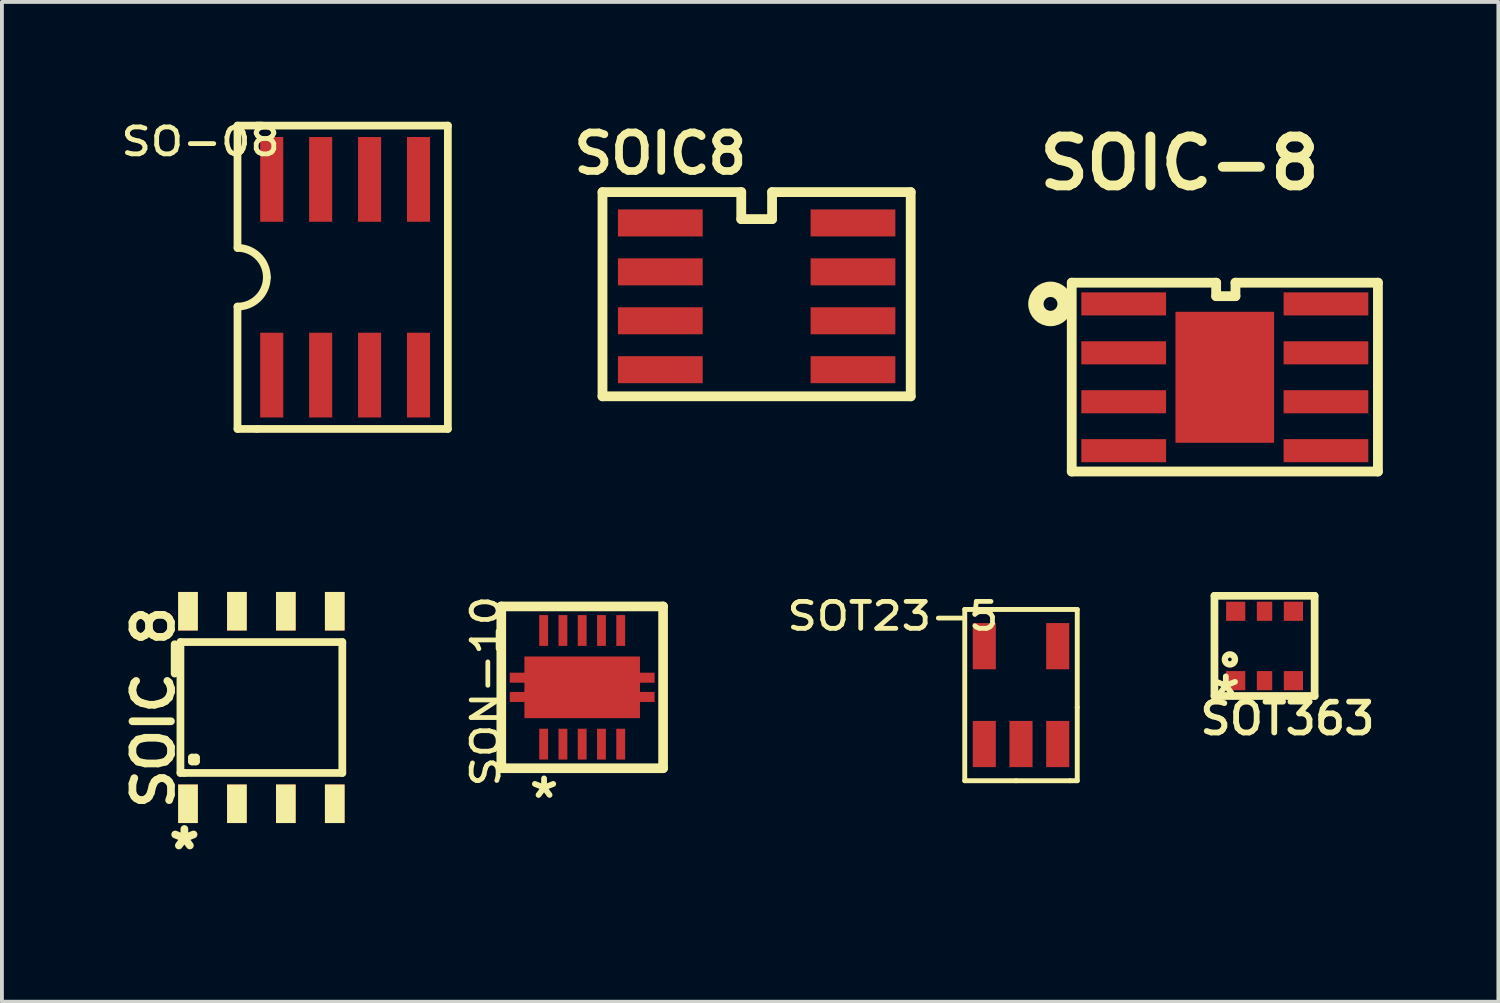
<source format=kicad_pcb>
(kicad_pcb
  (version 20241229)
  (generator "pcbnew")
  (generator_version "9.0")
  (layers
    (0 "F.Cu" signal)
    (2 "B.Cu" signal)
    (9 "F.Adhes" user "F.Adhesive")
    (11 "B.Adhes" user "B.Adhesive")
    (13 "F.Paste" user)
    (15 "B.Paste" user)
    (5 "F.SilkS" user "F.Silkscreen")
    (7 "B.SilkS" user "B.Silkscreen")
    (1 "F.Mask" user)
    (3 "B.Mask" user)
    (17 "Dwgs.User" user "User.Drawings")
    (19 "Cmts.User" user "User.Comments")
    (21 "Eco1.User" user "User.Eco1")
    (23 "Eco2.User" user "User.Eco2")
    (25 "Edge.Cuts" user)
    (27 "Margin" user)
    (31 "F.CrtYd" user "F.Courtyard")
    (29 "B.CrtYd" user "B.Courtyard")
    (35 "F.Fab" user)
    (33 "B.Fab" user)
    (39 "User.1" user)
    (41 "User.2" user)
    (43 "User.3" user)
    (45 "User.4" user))
  (footprint "SOIC_8"
    (layer "F.Cu")
    (at 3.735 15.316)
    (property "Reference" "SOIC_8" (at -2.799 0 90) (layer "F.SilkS") (effects (font (size 1 1) (thickness 0.2))))
    (attr smd)
    (fp_line (start -2.101 -1.699) (end 2.101 -1.699) (stroke (width 0.201) (type solid)) (layer "F.SilkS"))
    (fp_line (start -2.101 1.699) (end -2.101 -1.699) (stroke (width 0.201) (type solid)) (layer "F.SilkS"))
    (fp_line (start -1.999 1.699) (end -2.101 1.699) (stroke (width 0.201) (type solid)) (layer "F.SilkS"))
    (fp_line (start -1.801 1.3) (end -1.699 1.3) (stroke (width 0.201) (type solid)) (layer "F.SilkS"))
    (fp_line (start -1.801 1.4) (end -1.801 1.3) (stroke (width 0.201) (type solid)) (layer "F.SilkS"))
    (fp_line (start -1.801 1.4) (end -1.699 1.4) (stroke (width 0.201) (type solid)) (layer "F.SilkS"))
    (fp_line (start -1.699 1.3) (end -1.699 1.4) (stroke (width 0.201) (type solid)) (layer "F.SilkS"))
    (fp_line (start 2.101 -1.699) (end 2.101 1.699) (stroke (width 0.201) (type solid)) (layer "F.SilkS"))
    (fp_line (start 2.101 1.699) (end -1.999 1.699) (stroke (width 0.201) (type solid)) (layer "F.SilkS"))
    (fp_text user "*" (at -1.999 3.701 0) (layer "F.SilkS") (effects (font (size 1 1) (thickness 0.2))))
    (pad "1" smd rect (at -1.905 2.499) (size 0.511 1.001) (layers "F.Cu" "F.Mask" "F.SilkS" "F.Paste"))
    (pad "2" smd rect (at -0.635 2.499) (size 0.511 1.001) (layers "F.Cu" "F.Mask" "F.SilkS" "F.Paste"))
    (pad "3" smd rect (at 0.635 2.499) (size 0.511 1.001) (layers "F.Cu" "F.Mask" "F.SilkS" "F.Paste"))
    (pad "4" smd rect (at 1.905 2.499) (size 0.511 1.001) (layers "F.Cu" "F.Mask" "F.SilkS" "F.Paste"))
    (pad "5" smd rect (at 1.905 -2.499) (size 0.511 1.001) (layers "F.Cu" "F.Mask" "F.SilkS" "F.Paste"))
    (pad "6" smd rect (at 0.635 -2.499) (size 0.511 1.001) (layers "F.Cu" "F.Mask" "F.SilkS" "F.Paste"))
    (pad "7" smd rect (at -0.635 -2.499) (size 0.511 1.001) (layers "F.Cu" "F.Mask" "F.SilkS" "F.Paste"))
    (pad "8" smd rect (at -1.905 -2.499) (size 0.511 1.001) (layers "F.Cu" "F.Mask" "F.SilkS" "F.Paste")))
  (footprint "SOT23-5"
    (layer "F.Cu")
    (at 23.454 14.994)
    (property "Reference" "SOT23-5" (at -3.325 -2.05 0) (layer "F.SilkS") (effects (font (size 0.699 0.798) (thickness 0.124))))
    (attr smd)
    (fp_line (start -1.46 -2.223) (end -1.46 2.223) (stroke (width 0.127) (type solid)) (layer "F.SilkS"))
    (fp_line (start -1.46 2.223) (end -0.127 2.223) (stroke (width 0.127) (type solid)) (layer "F.SilkS"))
    (fp_line (start -0.127 2.223) (end 1.27 2.223) (stroke (width 0.127) (type solid)) (layer "F.SilkS"))
    (fp_line (start 1.27 2.223) (end 1.46 2.223) (stroke (width 0.127) (type solid)) (layer "F.SilkS"))
    (fp_line (start 1.46 -2.223) (end -1.46 -2.223) (stroke (width 0.127) (type solid)) (layer "F.SilkS"))
    (fp_line (start 1.46 0.318) (end 1.46 -2.223) (stroke (width 0.127) (type solid)) (layer "F.SilkS"))
    (fp_line (start 1.46 2.223) (end 1.46 0.318) (stroke (width 0.127) (type solid)) (layer "F.SilkS"))
    (pad "1" smd rect (at -0.953 1.27) (size 0.599 1.199) (layers "F.Cu" "F.Mask" "F.Paste"))
    (pad "2" smd rect (at 0 1.27) (size 0.599 1.199) (layers "F.Cu" "F.Mask" "F.Paste"))
    (pad "3" smd rect (at 0.953 1.27) (size 0.599 1.199) (layers "F.Cu" "F.Mask" "F.Paste"))
    (pad "4" smd rect (at 0.953 -1.27) (size 0.599 1.199) (layers "F.Cu" "F.Mask" "F.Paste"))
    (pad "5" smd rect (at -0.953 -1.27) (size 0.599 1.199) (layers "F.Cu" "F.Mask" "F.Paste")))
  (footprint "SON-10"
    (layer "F.Cu")
    (at 12.163 14.892)
    (property "Reference" "SON-10" (at -2.6 0 90) (layer "F.SilkS") (effects (font (size 0.699 0.798) (thickness 0.124))))
    (attr smd)
    (fp_line (start -2.2 -2.2) (end -2.2 2) (stroke (width 0.25) (type solid)) (layer "F.SilkS"))
    (fp_line (start -2.2 -2.2) (end 2 -2.2) (stroke (width 0.25) (type solid)) (layer "F.SilkS"))
    (fp_line (start 2 2) (end -2.2 2) (stroke (width 0.25) (type solid)) (layer "F.SilkS"))
    (fp_line (start 2 2) (end 2 -2.2) (stroke (width 0.25) (type solid)) (layer "F.SilkS"))
    (fp_text user "*" (at -1.09 2.81 180) (layer "F.SilkS") (effects (font (size 1 1) (thickness 0.15))))
    (pad "1" smd rect (at -1.1 1.375) (size 0.23 0.8) (layers "F.Cu" "F.Mask" "F.Paste"))
    (pad "2" smd rect (at -0.6 1.375) (size 0.23 0.8) (layers "F.Cu" "F.Mask" "F.Paste"))
    (pad "3" smd rect (at -0.1 1.375) (size 0.23 0.8) (layers "F.Cu" "F.Mask" "F.Paste"))
    (pad "4" smd rect (at 0.4 1.375) (size 0.23 0.8) (layers "F.Cu" "F.Mask" "F.Paste"))
    (pad "5" smd rect (at 0.9 1.375) (size 0.23 0.8) (layers "F.Cu" "F.Mask" "F.Paste"))
    (pad "6" smd rect (at 0.9 -1.575) (size 0.23 0.8) (layers "F.Cu" "F.Mask" "F.Paste"))
    (pad "7" smd rect (at 0.4 -1.575) (size 0.23 0.8) (layers "F.Cu" "F.Mask" "F.Paste"))
    (pad "8" smd rect (at -0.1 -1.575) (size 0.23 0.8) (layers "F.Cu" "F.Mask" "F.Paste"))
    (pad "9" smd rect (at -0.6 -1.575) (size 0.23 0.8) (layers "F.Cu" "F.Mask" "F.Paste"))
    (pad "10" smd rect (at -1.1 -1.575) (size 0.23 0.8) (layers "F.Cu" "F.Mask" "F.Paste"))
    (pad "11" smd rect (at -1.73 -0.35) (size 0.5 0.26) (layers "F.Cu" "F.Mask" "F.Paste"))
    (pad "11" smd rect (at -1.73 0.15) (size 0.5 0.26) (layers "F.Cu" "F.Mask" "F.Paste"))
    (pad "11" smd rect (at -0.75 -0.5) (size 1.05 0.68) (layers "F.Cu" "F.Mask" "F.Paste"))
    (pad "11" smd rect (at -0.75 0.3) (size 1.05 0.68) (layers "F.Cu" "F.Mask" "F.Paste"))
    (pad "11" connect rect (at -0.1 -0.1) (size 3 1.6) (layers "F.Cu" "F.Mask"))
    (pad "11" smd rect (at 0.55 -0.5) (size 1.05 0.68) (layers "F.Cu" "F.Mask" "F.Paste"))
    (pad "11" smd rect (at 0.55 0.3) (size 1.05 0.68) (layers "F.Cu" "F.Mask" "F.Paste"))
    (pad "11" smd rect (at 1.53 -0.35) (size 0.5 0.26) (layers "F.Cu" "F.Mask" "F.Paste"))
    (pad "11" smd rect (at 1.53 0.15) (size 0.5 0.26) (layers "F.Cu" "F.Mask" "F.Paste")))
  (footprint "SO-08"
    (layer "F.Cu")
    (at 5.909 4.147)
    (property "Reference" "SO-08" (at -3.752 -3.52 0) (layer "F.SilkS") (effects (font (size 0.699 0.798) (thickness 0.124))))
    (attr smd)
    (fp_line (start -2.794 -3.937) (end -2.159 -3.937) (stroke (width 0.201) (type solid)) (layer "F.SilkS"))
    (fp_line (start -2.794 -0.762) (end -2.794 -3.937) (stroke (width 0.201) (type solid)) (layer "F.SilkS"))
    (fp_line (start -2.794 0.762) (end -2.794 3.937) (stroke (width 0.201) (type solid)) (layer "F.SilkS"))
    (fp_line (start -2.794 3.937) (end -2.286 3.937) (stroke (width 0.201) (type solid)) (layer "F.SilkS"))
    (fp_line (start -2.286 3.937) (end 2.667 3.937) (stroke (width 0.201) (type solid)) (layer "F.SilkS"))
    (fp_line (start 2.667 -3.937) (end -2.286 -3.937) (stroke (width 0.201) (type solid)) (layer "F.SilkS"))
    (fp_line (start 2.667 3.937) (end 2.667 -3.937) (stroke (width 0.201) (type solid)) (layer "F.SilkS"))
    (fp_arc (start -2.794 -0.762) (mid -2.255185 -0.538815) (end -2.032 0) (stroke (width 0.20066) (type solid)) (layer "F.SilkS"))
    (fp_arc (start -2.032 0) (mid -2.255185 0.538815) (end -2.794 0.762) (stroke (width 0.20066) (type solid)) (layer "F.SilkS"))
    (pad "1" smd rect (at -1.905 2.54) (size 0.599 2.2) (layers "F.Cu" "F.Mask" "F.Paste"))
    (pad "2" smd rect (at -0.635 2.54) (size 0.599 2.2) (layers "F.Cu" "F.Mask" "F.Paste"))
    (pad "3" smd rect (at 0.635 2.54) (size 0.599 2.2) (layers "F.Cu" "F.Mask" "F.Paste"))
    (pad "4" smd rect (at 1.905 2.54) (size 0.599 2.2) (layers "F.Cu" "F.Mask" "F.Paste"))
    (pad "5" smd rect (at 1.905 -2.54) (size 0.599 2.2) (layers "F.Cu" "F.Mask" "F.Paste"))
    (pad "6" smd rect (at 0.635 -2.54) (size 0.599 2.2) (layers "F.Cu" "F.Mask" "F.Paste"))
    (pad "7" smd rect (at -0.635 -2.54) (size 0.599 2.2) (layers "F.Cu" "F.Mask" "F.Paste"))
    (pad "8" smd rect (at -1.905 -2.54) (size 0.599 2.2) (layers "F.Cu" "F.Mask" "F.Paste")))
  (footprint "SOT363"
    (layer "F.Cu")
    (at 29.776 13.717)
    (property "Reference" "SOT363" (at 0.595 1.885 0) (layer "F.SilkS") (effects (font (size 0.8 0.8) (thickness 0.15))))
    (attr smd)
    (fp_line (start -1.3 -1.3) (end 1.3 -1.3) (stroke (width 0.2) (type solid)) (layer "F.SilkS"))
    (fp_line (start -1.3 1.3) (end -1.3 -1.3) (stroke (width 0.2) (type solid)) (layer "F.SilkS"))
    (fp_line (start 1.3 -1.3) (end 1.3 1.3) (stroke (width 0.2) (type solid)) (layer "F.SilkS"))
    (fp_line (start 1.3 1.3) (end -1.3 1.3) (stroke (width 0.2) (type solid)) (layer "F.SilkS"))
    (fp_circle (center -0.901 0.351) (end -0.901 0.399) (stroke (width 0.127) (type solid)) (fill no) (layer "F.SilkS"))
    (fp_circle (center -0.899 0.351) (end -0.749 0.351) (stroke (width 0.127) (type solid)) (fill no) (layer "F.SilkS"))
    (fp_text user "*" (at -1.005 1.335 0) (layer "F.SilkS") (effects (font (size 1 1) (thickness 0.15))))
    (pad "1" smd rect (at -0.749 0.902) (size 0.498 0.498) (layers "F.Cu" "F.Mask" "F.Paste"))
    (pad "2" smd rect (at 0 0.902) (size 0.399 0.498) (layers "F.Cu" "F.Mask" "F.Paste"))
    (pad "3" smd rect (at 0.749 0.902) (size 0.498 0.498) (layers "F.Cu" "F.Mask" "F.Paste"))
    (pad "4" smd rect (at 0.749 -0.899) (size 0.498 0.498) (layers "F.Cu" "F.Mask" "F.Paste"))
    (pad "5" smd rect (at 0 -0.899) (size 0.399 0.498) (layers "F.Cu" "F.Mask" "F.Paste"))
    (pad "6" smd rect (at -0.749 -0.899) (size 0.498 0.498) (layers "F.Cu" "F.Mask" "F.Paste")))
  (footprint "SOIC-8"
    (layer "F.Cu")
    (at 26.12 4.839)
    (property "Reference" "SOIC-8" (at 1.45 -3.65 0) (layer "F.SilkS") (effects (font (size 1.27 1.27) (thickness 0.254))))
    (attr through_hole)
    (fp_line (start -1.349 -0.551) (end 2.4 -0.551) (stroke (width 0.254) (type solid)) (layer "F.SilkS"))
    (fp_line (start -1.349 4.351) (end -1.349 -0.551) (stroke (width 0.254) (type solid)) (layer "F.SilkS"))
    (fp_line (start 2.4 -0.551) (end 2.4 -0.201) (stroke (width 0.254) (type solid)) (layer "F.SilkS"))
    (fp_line (start 2.4 -0.201) (end 2.901 -0.201) (stroke (width 0.254) (type solid)) (layer "F.SilkS"))
    (fp_line (start 2.901 -0.551) (end 6.599 -0.551) (stroke (width 0.254) (type solid)) (layer "F.SilkS"))
    (fp_line (start 2.901 -0.201) (end 2.901 -0.551) (stroke (width 0.254) (type solid)) (layer "F.SilkS"))
    (fp_line (start 6.599 -0.551) (end 6.599 4.351) (stroke (width 0.254) (type solid)) (layer "F.SilkS"))
    (fp_line (start 6.599 4.351) (end -1.349 4.351) (stroke (width 0.254) (type solid)) (layer "F.SilkS"))
    (fp_circle (center -1.9 0) (end -1.75 0.099) (stroke (width 0.399) (type solid)) (fill no) (layer "F.SilkS"))
    (pad "1" smd rect (at 0 0) (size 2.2 0.599) (layers "F.Cu" "F.Mask" "F.Paste"))
    (pad "2" smd rect (at 0 1.27) (size 2.2 0.599) (layers "F.Cu" "F.Mask" "F.Paste"))
    (pad "3" smd rect (at 0 2.54) (size 2.2 0.599) (layers "F.Cu" "F.Mask" "F.Paste"))
    (pad "4" smd rect (at 0 3.81) (size 2.2 0.599) (layers "F.Cu" "F.Mask" "F.Paste"))
    (pad "5" smd rect (at 5.25 3.81) (size 2.2 0.599) (layers "F.Cu" "F.Mask" "F.Paste"))
    (pad "6" smd rect (at 5.25 2.54) (size 2.2 0.599) (layers "F.Cu" "F.Mask" "F.Paste"))
    (pad "7" smd rect (at 5.25 1.27) (size 2.2 0.599) (layers "F.Cu" "F.Mask" "F.Paste"))
    (pad "8" smd rect (at 5.25 0) (size 2.2 0.599) (layers "F.Cu" "F.Mask" "F.Paste"))
    (pad "9" smd rect (at 2.624 1.905) (size 2.56 3.401) (layers "F.Cu" "F.Mask" "F.Paste")))
  (footprint "SOIC8"
    (layer "F.Cu")
    (at 14.091 2.737)
    (property "Reference" "SOIC8" (at 0 -1.801 0) (layer "F.SilkS") (effects (font (size 1 1) (thickness 0.2))))
    (attr through_hole)
    (fp_line (start -1.501 -0.8) (end 2.101 -0.8) (stroke (width 0.254) (type solid)) (layer "F.SilkS"))
    (fp_line (start -1.501 4.501) (end -1.501 -0.8) (stroke (width 0.254) (type solid)) (layer "F.SilkS"))
    (fp_line (start 2.101 -0.8) (end 2.101 -0.099) (stroke (width 0.254) (type solid)) (layer "F.SilkS"))
    (fp_line (start 2.101 -0.099) (end 2.901 -0.099) (stroke (width 0.254) (type solid)) (layer "F.SilkS"))
    (fp_line (start 2.901 -0.8) (end 6.5 -0.8) (stroke (width 0.254) (type solid)) (layer "F.SilkS"))
    (fp_line (start 2.901 -0.099) (end 2.901 -0.8) (stroke (width 0.254) (type solid)) (layer "F.SilkS"))
    (fp_line (start 6.5 -0.8) (end 6.5 4.501) (stroke (width 0.254) (type solid)) (layer "F.SilkS"))
    (fp_line (start 6.5 4.501) (end -1.501 4.501) (stroke (width 0.254) (type solid)) (layer "F.SilkS"))
    (pad "1" smd rect (at 0 0) (size 2.2 0.701) (layers "F.Cu" "F.Mask" "F.Paste"))
    (pad "2" smd rect (at 0 1.27) (size 2.2 0.701) (layers "F.Cu" "F.Mask" "F.Paste"))
    (pad "3" smd rect (at 0 2.54) (size 2.2 0.701) (layers "F.Cu" "F.Mask" "F.Paste"))
    (pad "4" smd rect (at 0 3.81) (size 2.2 0.701) (layers "F.Cu" "F.Mask" "F.Paste"))
    (pad "5" smd rect (at 5.001 3.81) (size 2.2 0.701) (layers "F.Cu" "F.Mask" "F.Paste"))
    (pad "6" smd rect (at 5.001 2.54) (size 2.2 0.701) (layers "F.Cu" "F.Mask" "F.Paste"))
    (pad "7" smd rect (at 5.001 1.27) (size 2.2 0.701) (layers "F.Cu" "F.Mask" "F.Paste"))
    (pad "8" smd rect (at 5.001 0) (size 2.2 0.701) (layers "F.Cu" "F.Mask" "F.Paste")))
  (gr_rect
    (start -3 -3)
    (end 35.846 22.953)
    (stroke (width 0.1) (type default))
    (fill no)
    (layer "Edge.Cuts")))
</source>
